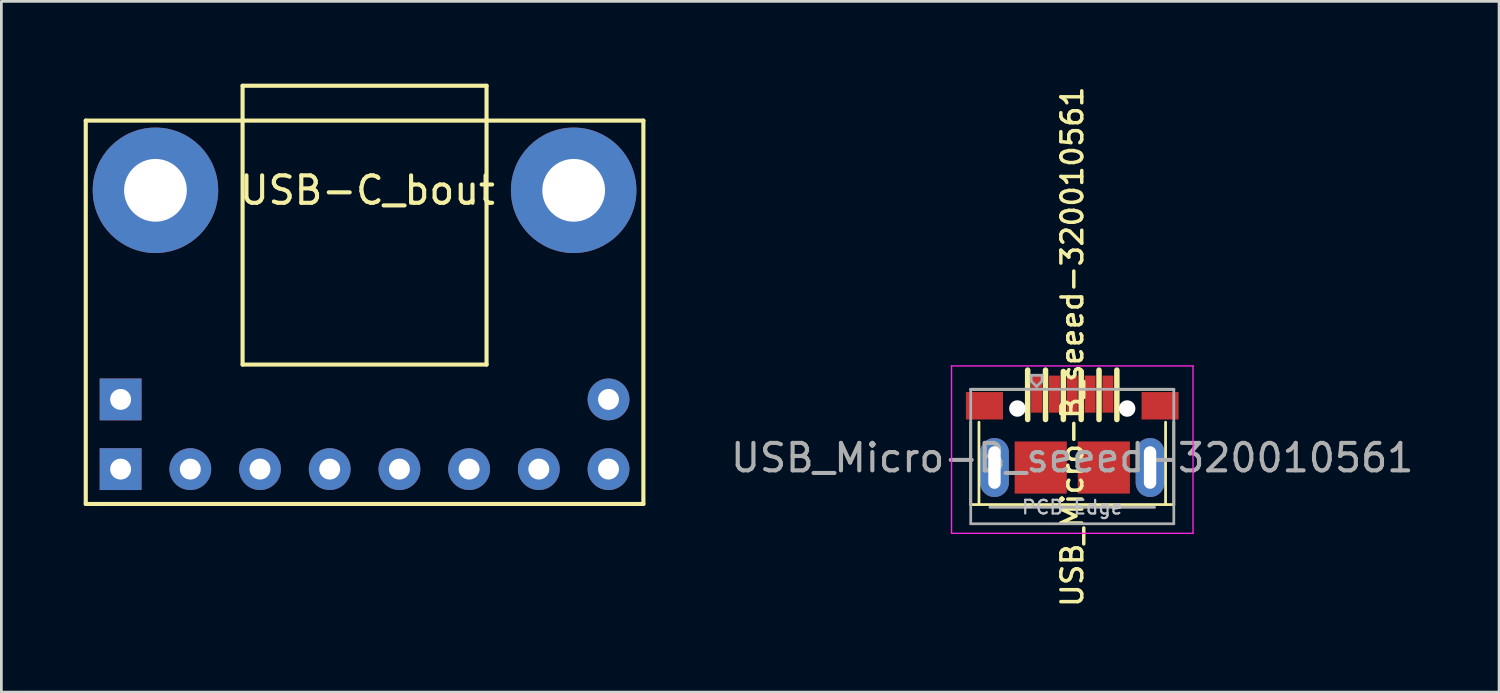
<source format=kicad_pcb>
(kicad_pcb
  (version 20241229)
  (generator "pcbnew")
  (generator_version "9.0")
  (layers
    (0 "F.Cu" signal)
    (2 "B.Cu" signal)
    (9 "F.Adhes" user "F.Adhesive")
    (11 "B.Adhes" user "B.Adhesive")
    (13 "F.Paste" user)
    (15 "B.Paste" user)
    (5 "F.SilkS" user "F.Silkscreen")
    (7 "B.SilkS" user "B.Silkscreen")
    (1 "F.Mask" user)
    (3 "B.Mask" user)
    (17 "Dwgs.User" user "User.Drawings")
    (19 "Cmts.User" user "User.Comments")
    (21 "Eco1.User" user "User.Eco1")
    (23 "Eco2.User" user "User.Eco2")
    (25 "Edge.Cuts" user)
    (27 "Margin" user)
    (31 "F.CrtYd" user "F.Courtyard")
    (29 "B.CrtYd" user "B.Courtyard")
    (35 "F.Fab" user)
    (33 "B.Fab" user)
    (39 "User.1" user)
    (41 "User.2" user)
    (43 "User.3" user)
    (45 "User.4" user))
  (footprint "USB-C_bout"
    (layer "F.Cu")
    (at 10.235 3.885)
    (property "Reference" "USB-C_bout" (at 0.1 0 0) (layer "F.SilkS") (effects (font (size 1 1) (thickness 0.15))))
    (attr through_hole)
    (fp_line (start -10.16 -2.54) (end -10.16 11.43) (stroke (width 0.15) (type solid)) (layer "F.SilkS"))
    (fp_line (start -10.16 11.43) (end 10.16 11.43) (stroke (width 0.15) (type solid)) (layer "F.SilkS"))
    (fp_line (start -4.445 -3.81) (end -4.445 -2.54) (stroke (width 0.15) (type solid)) (layer "F.SilkS"))
    (fp_line (start -4.445 -3.81) (end 4.445 -3.81) (stroke (width 0.15) (type solid)) (layer "F.SilkS"))
    (fp_line (start -4.445 -2.54) (end -4.445 6.35) (stroke (width 0.15) (type solid)) (layer "F.SilkS"))
    (fp_line (start -4.445 6.35) (end 4.445 6.35) (stroke (width 0.15) (type solid)) (layer "F.SilkS"))
    (fp_line (start 4.445 -3.81) (end 4.445 -2.54) (stroke (width 0.15) (type solid)) (layer "F.SilkS"))
    (fp_line (start 4.445 6.35) (end 4.445 -2.54) (stroke (width 0.15) (type solid)) (layer "F.SilkS"))
    (fp_line (start 10.16 -2.54) (end -10.16 -2.54) (stroke (width 0.15) (type solid)) (layer "F.SilkS"))
    (fp_line (start 10.16 11.43) (end 10.16 -2.54) (stroke (width 0.15) (type solid)) (layer "F.SilkS"))
    (pad "1" thru_hole rect (at -8.89 7.62) (size 1.524 1.524) (drill 0.762) (layers "*.Cu" "*.Mask"))
    (pad "2" thru_hole rect (at -8.89 10.16) (size 1.524 1.524) (drill 0.762) (layers "*.Cu" "*.Mask"))
    (pad "3" thru_hole circle (at -6.35 10.16) (size 1.524 1.524) (drill 0.762) (layers "*.Cu" "*.Mask"))
    (pad "4" thru_hole circle (at -3.81 10.16) (size 1.524 1.524) (drill 0.762) (layers "*.Cu" "*.Mask"))
    (pad "5" thru_hole circle (at -1.27 10.16) (size 1.524 1.524) (drill 0.762) (layers "*.Cu" "*.Mask"))
    (pad "6" thru_hole circle (at 1.27 10.16) (size 1.524 1.524) (drill 0.762) (layers "*.Cu" "*.Mask"))
    (pad "7" thru_hole circle (at 3.81 10.16) (size 1.524 1.524) (drill 0.762) (layers "*.Cu" "*.Mask"))
    (pad "8" thru_hole circle (at 6.35 10.16) (size 1.524 1.524) (drill 0.762) (layers "*.Cu" "*.Mask"))
    (pad "9" thru_hole circle (at 8.89 10.16) (size 1.524 1.524) (drill 0.762) (layers "*.Cu" "*.Mask"))
    (pad "10" thru_hole circle (at 8.89 7.62) (size 1.524 1.524) (drill 0.762) (layers "*.Cu" "*.Mask"))
    (pad "11" thru_hole circle (at 7.62 0) (size 4.572 4.572) (drill 2.286) (layers "*.Cu" "*.Mask"))
    (pad "12" thru_hole circle (at -7.62 0) (size 4.572 4.572) (drill 2.286) (layers "*.Cu" "*.Mask")))
  (footprint "USB_Micro-B_seeed-320010561"
    (layer "F.Cu")
    (at 36.024 15.437)
    (property "Reference" "USB_Micro-B_seeed-320010561" (at 0 -5.852 270) (layer "F.SilkS") (effects (font (size 0.762 0.762) (thickness 0.127))))
    (attr smd)
    (fp_line (start -3.7 -3.1) (end -3.7 -0.1) (stroke (width 0.1) (type solid)) (layer "F.SilkS"))
    (fp_line (start -3.4 -0.1) (end -3.4 -3.1) (stroke (width 0.1) (type solid)) (layer "F.SilkS"))
    (fp_line (start -1.7 -4.3) (end -3.7 -4.3) (stroke (width 0.1) (type solid)) (layer "F.SilkS"))
    (fp_line (start -1.625 -5) (end -1.625 -3.2) (stroke (width 0.2) (type solid)) (layer "F.SilkS"))
    (fp_line (start -0.975 -5) (end -0.975 -3.2) (stroke (width 0.2) (type solid)) (layer "F.SilkS"))
    (fp_line (start -0.325 -4.95) (end -0.325 -3.2) (stroke (width 0.2) (type solid)) (layer "F.SilkS"))
    (fp_line (start 0.325 -4.95) (end 0.325 -3.2) (stroke (width 0.2) (type solid)) (layer "F.SilkS"))
    (fp_line (start 0.975 -5) (end 0.975 -3.2) (stroke (width 0.2) (type solid)) (layer "F.SilkS"))
    (fp_line (start 1.625 -5) (end 1.625 -3.2) (stroke (width 0.2) (type solid)) (layer "F.SilkS"))
    (fp_line (start 1.7 -4.3) (end 3.7 -4.3) (stroke (width 0.1) (type solid)) (layer "F.SilkS"))
    (fp_line (start 3.4 -3.1) (end 3.4 -0.1) (stroke (width 0.1) (type solid)) (layer "F.SilkS"))
    (fp_line (start 3.7 -0.1) (end -3.7 -0.1) (stroke (width 0.1) (type solid)) (layer "F.SilkS"))
    (fp_line (start 3.7 -0.1) (end 3.7 -3.1) (stroke (width 0.1) (type solid)) (layer "F.SilkS"))
    (fp_line (start -4.4 -5.152) (end 4.4 -5.152) (stroke (width 0.05) (type solid)) (layer "F.CrtYd"))
    (fp_line (start -4.4 0.948) (end -4.4 -5.152) (stroke (width 0.05) (type solid)) (layer "F.CrtYd"))
    (fp_line (start -4.4 0.948) (end 4.4 0.948) (stroke (width 0.05) (type solid)) (layer "F.CrtYd"))
    (fp_line (start 4.4 -5.152) (end 4.4 0.948) (stroke (width 0.05) (type solid)) (layer "F.CrtYd"))
    (fp_line (start -3.7 -4.3) (end 3.7 -4.3) (stroke (width 0.1) (type solid)) (layer "F.Fab"))
    (fp_line (start -3.7 0.6) (end -3.7 -4.3) (stroke (width 0.1) (type solid)) (layer "F.Fab"))
    (fp_line (start -3.7 0.6) (end 3.7 0.6) (stroke (width 0.1) (type solid)) (layer "F.Fab"))
    (fp_line (start -3 0) (end 3 0) (stroke (width 0.1) (type solid)) (layer "F.Fab"))
    (fp_line (start -1.5 -4.812) (end -1.5 -4.602) (stroke (width 0.1) (type solid)) (layer "F.Fab"))
    (fp_line (start -1.5 -4.812) (end -1.1 -4.812) (stroke (width 0.1) (type solid)) (layer "F.Fab"))
    (fp_line (start -1.3 -4.402) (end -1.5 -4.602) (stroke (width 0.1) (type solid)) (layer "F.Fab"))
    (fp_line (start -1.1 -4.812) (end -1.1 -4.602) (stroke (width 0.1) (type solid)) (layer "F.Fab"))
    (fp_line (start -1.1 -4.602) (end -1.3 -4.402) (stroke (width 0.1) (type solid)) (layer "F.Fab"))
    (fp_line (start 3.7 0.6) (end 3.7 -4.3) (stroke (width 0.1) (type solid)) (layer "F.Fab"))
    (fp_text user "PCB Edge" (at 0 -0.002 0) (layer "Dwgs.User") (effects (font (size 0.5 0.5) (thickness 0.08))))
    (fp_text user "${REFERENCE}" (at 0 -1.802 0) (layer "F.Fab") (effects (font (size 1 1) (thickness 0.15))))
    (pad "" np_thru_hole circle (at -2 -3.6) (size 0.6 0.6) (drill 0.6) (layers "*.Cu" "*.Mask"))
    (pad "" np_thru_hole circle (at 2 -3.6) (size 0.6 0.6) (drill 0.6) (layers "*.Cu" "*.Mask"))
    (pad "1" smd rect (at -1.3 -4.125) (size 0.4 1.35) (layers "F.Cu" "F.Mask" "F.Paste"))
    (pad "2" smd rect (at -0.65 -4.125) (size 0.4 1.35) (layers "F.Cu" "F.Mask" "F.Paste"))
    (pad "3" smd rect (at 0 -4.125) (size 0.4 1.35) (layers "F.Cu" "F.Mask" "F.Paste"))
    (pad "4" smd rect (at 0.65 -4.125) (size 0.4 1.35) (layers "F.Cu" "F.Mask" "F.Paste"))
    (pad "5" smd rect (at 1.3 -4.125) (size 0.4 1.35) (layers "F.Cu" "F.Mask" "F.Paste"))
    (pad "6" smd rect (at -3.2 -3.7) (size 1.35 1) (layers "F.Cu" "F.Mask" "F.Paste"))
    (pad "6" thru_hole oval (at -2.835 -1.45 180) (size 1.05 2.15) (drill oval 0.45 1.55) (layers "*.Cu" "*.Mask"))
    (pad "6" smd rect (at -1.15 -1.45) (size 1.9 1.9) (layers "F.Cu" "F.Mask" "F.Paste"))
    (pad "6" smd rect (at 1.15 -1.45) (size 1.9 1.9) (layers "F.Cu" "F.Mask" "F.Paste"))
    (pad "6" thru_hole oval (at 2.835 -1.45) (size 1.05 2.15) (drill oval 0.45 1.55) (layers "*.Cu" "*.Mask"))
    (pad "6" smd rect (at 3.2 -3.7) (size 1.35 1) (layers "F.Cu" "F.Mask" "F.Paste")))
  (gr_rect
    (start -3 -3)
    (end 51.577 22.17)
    (stroke (width 0.1) (type default))
    (fill no)
    (layer "Edge.Cuts")))
</source>
